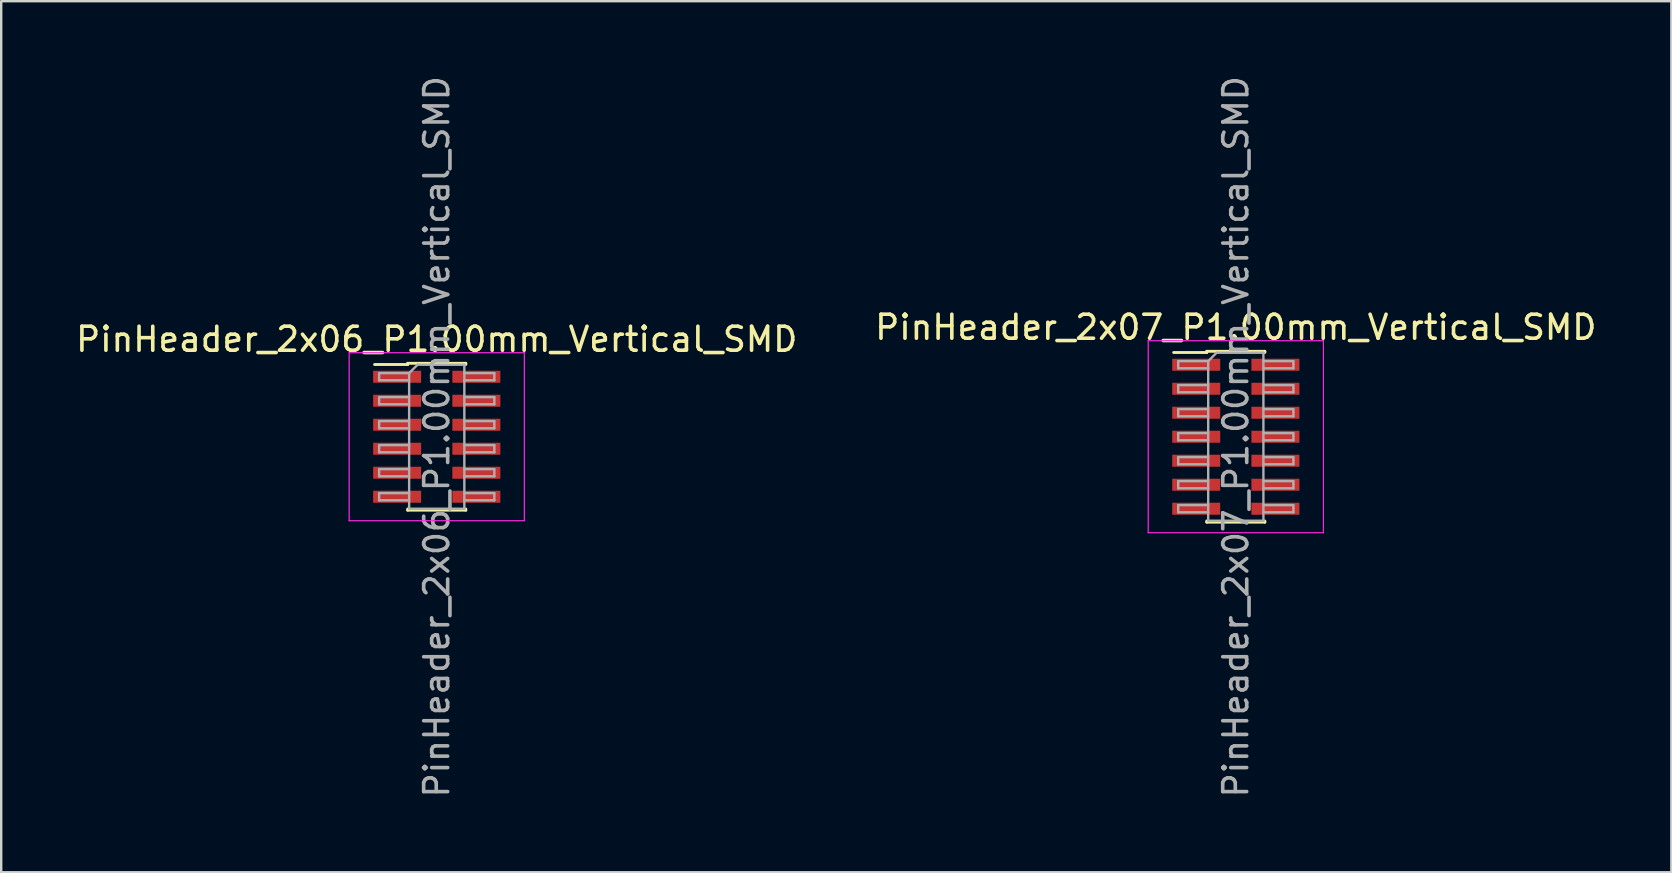
<source format=kicad_pcb>
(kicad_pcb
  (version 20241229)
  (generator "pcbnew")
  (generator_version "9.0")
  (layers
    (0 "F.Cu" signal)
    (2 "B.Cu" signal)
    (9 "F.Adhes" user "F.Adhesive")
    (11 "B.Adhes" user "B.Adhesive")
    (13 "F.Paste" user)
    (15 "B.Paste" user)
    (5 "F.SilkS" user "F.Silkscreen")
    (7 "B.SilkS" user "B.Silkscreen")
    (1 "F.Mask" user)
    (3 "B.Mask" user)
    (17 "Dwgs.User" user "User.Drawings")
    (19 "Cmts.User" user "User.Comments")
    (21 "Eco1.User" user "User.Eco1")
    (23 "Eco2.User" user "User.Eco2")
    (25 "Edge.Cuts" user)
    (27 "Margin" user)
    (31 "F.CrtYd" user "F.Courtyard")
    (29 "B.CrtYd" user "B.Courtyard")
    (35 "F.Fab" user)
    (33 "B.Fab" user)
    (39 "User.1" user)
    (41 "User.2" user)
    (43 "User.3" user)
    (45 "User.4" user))
  (footprint "PinHeader_2x06_P1.00mm_Vertical_SMD"
    (layer "F.Cu")
    (at 15.149 15.149)
    (property "Reference" "PinHeader_2x06_P1.00mm_Vertical_SMD" (at 0 -4.06 0) (layer "F.SilkS") (effects (font (size 1 1) (thickness 0.15))))
    (attr smd)
    (fp_line (start -2.59 -3.01) (end -1.21 -3.01) (stroke (width 0.12) (type solid)) (layer "F.SilkS"))
    (fp_line (start -1.21 -3.06) (end -1.21 -3.01) (stroke (width 0.12) (type solid)) (layer "F.SilkS"))
    (fp_line (start -1.21 -3.06) (end 1.21 -3.06) (stroke (width 0.12) (type solid)) (layer "F.SilkS"))
    (fp_line (start -1.21 3.01) (end -1.21 3.06) (stroke (width 0.12) (type solid)) (layer "F.SilkS"))
    (fp_line (start -1.21 3.06) (end 1.21 3.06) (stroke (width 0.12) (type solid)) (layer "F.SilkS"))
    (fp_line (start 1.21 -3.06) (end 1.21 -3.01) (stroke (width 0.12) (type solid)) (layer "F.SilkS"))
    (fp_line (start 1.21 3.01) (end 1.21 3.06) (stroke (width 0.12) (type solid)) (layer "F.SilkS"))
    (fp_line (start -3.65 -3.5) (end -3.65 3.5) (stroke (width 0.05) (type solid)) (layer "F.CrtYd"))
    (fp_line (start -3.65 3.5) (end 3.65 3.5) (stroke (width 0.05) (type solid)) (layer "F.CrtYd"))
    (fp_line (start 3.65 -3.5) (end -3.65 -3.5) (stroke (width 0.05) (type solid)) (layer "F.CrtYd"))
    (fp_line (start 3.65 3.5) (end 3.65 -3.5) (stroke (width 0.05) (type solid)) (layer "F.CrtYd"))
    (fp_line (start -2.4 -2.65) (end -2.4 -2.35) (stroke (width 0.1) (type solid)) (layer "F.Fab"))
    (fp_line (start -2.4 -2.35) (end -1.15 -2.35) (stroke (width 0.1) (type solid)) (layer "F.Fab"))
    (fp_line (start -2.4 -1.65) (end -2.4 -1.35) (stroke (width 0.1) (type solid)) (layer "F.Fab"))
    (fp_line (start -2.4 -1.35) (end -1.15 -1.35) (stroke (width 0.1) (type solid)) (layer "F.Fab"))
    (fp_line (start -2.4 -0.65) (end -2.4 -0.35) (stroke (width 0.1) (type solid)) (layer "F.Fab"))
    (fp_line (start -2.4 -0.35) (end -1.15 -0.35) (stroke (width 0.1) (type solid)) (layer "F.Fab"))
    (fp_line (start -2.4 0.35) (end -2.4 0.65) (stroke (width 0.1) (type solid)) (layer "F.Fab"))
    (fp_line (start -2.4 0.65) (end -1.15 0.65) (stroke (width 0.1) (type solid)) (layer "F.Fab"))
    (fp_line (start -2.4 1.35) (end -2.4 1.65) (stroke (width 0.1) (type solid)) (layer "F.Fab"))
    (fp_line (start -2.4 1.65) (end -1.15 1.65) (stroke (width 0.1) (type solid)) (layer "F.Fab"))
    (fp_line (start -2.4 2.35) (end -2.4 2.65) (stroke (width 0.1) (type solid)) (layer "F.Fab"))
    (fp_line (start -2.4 2.65) (end -1.15 2.65) (stroke (width 0.1) (type solid)) (layer "F.Fab"))
    (fp_line (start -1.15 -2.65) (end -2.4 -2.65) (stroke (width 0.1) (type solid)) (layer "F.Fab"))
    (fp_line (start -1.15 -2.65) (end -0.8 -3) (stroke (width 0.1) (type solid)) (layer "F.Fab"))
    (fp_line (start -1.15 -1.65) (end -2.4 -1.65) (stroke (width 0.1) (type solid)) (layer "F.Fab"))
    (fp_line (start -1.15 -0.65) (end -2.4 -0.65) (stroke (width 0.1) (type solid)) (layer "F.Fab"))
    (fp_line (start -1.15 0.35) (end -2.4 0.35) (stroke (width 0.1) (type solid)) (layer "F.Fab"))
    (fp_line (start -1.15 1.35) (end -2.4 1.35) (stroke (width 0.1) (type solid)) (layer "F.Fab"))
    (fp_line (start -1.15 2.35) (end -2.4 2.35) (stroke (width 0.1) (type solid)) (layer "F.Fab"))
    (fp_line (start -1.15 3) (end -1.15 -2.65) (stroke (width 0.1) (type solid)) (layer "F.Fab"))
    (fp_line (start -0.8 -3) (end 1.15 -3) (stroke (width 0.1) (type solid)) (layer "F.Fab"))
    (fp_line (start 1.15 -3) (end 1.15 3) (stroke (width 0.1) (type solid)) (layer "F.Fab"))
    (fp_line (start 1.15 -2.65) (end 2.4 -2.65) (stroke (width 0.1) (type solid)) (layer "F.Fab"))
    (fp_line (start 1.15 -1.65) (end 2.4 -1.65) (stroke (width 0.1) (type solid)) (layer "F.Fab"))
    (fp_line (start 1.15 -0.65) (end 2.4 -0.65) (stroke (width 0.1) (type solid)) (layer "F.Fab"))
    (fp_line (start 1.15 0.35) (end 2.4 0.35) (stroke (width 0.1) (type solid)) (layer "F.Fab"))
    (fp_line (start 1.15 1.35) (end 2.4 1.35) (stroke (width 0.1) (type solid)) (layer "F.Fab"))
    (fp_line (start 1.15 2.35) (end 2.4 2.35) (stroke (width 0.1) (type solid)) (layer "F.Fab"))
    (fp_line (start 1.15 3) (end -1.15 3) (stroke (width 0.1) (type solid)) (layer "F.Fab"))
    (fp_line (start 2.4 -2.65) (end 2.4 -2.35) (stroke (width 0.1) (type solid)) (layer "F.Fab"))
    (fp_line (start 2.4 -2.35) (end 1.15 -2.35) (stroke (width 0.1) (type solid)) (layer "F.Fab"))
    (fp_line (start 2.4 -1.65) (end 2.4 -1.35) (stroke (width 0.1) (type solid)) (layer "F.Fab"))
    (fp_line (start 2.4 -1.35) (end 1.15 -1.35) (stroke (width 0.1) (type solid)) (layer "F.Fab"))
    (fp_line (start 2.4 -0.65) (end 2.4 -0.35) (stroke (width 0.1) (type solid)) (layer "F.Fab"))
    (fp_line (start 2.4 -0.35) (end 1.15 -0.35) (stroke (width 0.1) (type solid)) (layer "F.Fab"))
    (fp_line (start 2.4 0.35) (end 2.4 0.65) (stroke (width 0.1) (type solid)) (layer "F.Fab"))
    (fp_line (start 2.4 0.65) (end 1.15 0.65) (stroke (width 0.1) (type solid)) (layer "F.Fab"))
    (fp_line (start 2.4 1.35) (end 2.4 1.65) (stroke (width 0.1) (type solid)) (layer "F.Fab"))
    (fp_line (start 2.4 1.65) (end 1.15 1.65) (stroke (width 0.1) (type solid)) (layer "F.Fab"))
    (fp_line (start 2.4 2.35) (end 2.4 2.65) (stroke (width 0.1) (type solid)) (layer "F.Fab"))
    (fp_line (start 2.4 2.65) (end 1.15 2.65) (stroke (width 0.1) (type solid)) (layer "F.Fab"))
    (fp_text user "${REFERENCE}" (at 0 0 90) (layer "F.Fab") (effects (font (size 1 1) (thickness 0.15))))
    (pad "1" smd rect (at -1.65 -2.5) (size 2 0.5) (layers "F.Cu" "F.Mask" "F.Paste"))
    (pad "2" smd rect (at 1.65 -2.5) (size 2 0.5) (layers "F.Cu" "F.Mask" "F.Paste"))
    (pad "3" smd rect (at -1.65 -1.5) (size 2 0.5) (layers "F.Cu" "F.Mask" "F.Paste"))
    (pad "4" smd rect (at 1.65 -1.5) (size 2 0.5) (layers "F.Cu" "F.Mask" "F.Paste"))
    (pad "5" smd rect (at -1.65 -0.5) (size 2 0.5) (layers "F.Cu" "F.Mask" "F.Paste"))
    (pad "6" smd rect (at 1.65 -0.5) (size 2 0.5) (layers "F.Cu" "F.Mask" "F.Paste"))
    (pad "7" smd rect (at -1.65 0.5) (size 2 0.5) (layers "F.Cu" "F.Mask" "F.Paste"))
    (pad "8" smd rect (at 1.65 0.5) (size 2 0.5) (layers "F.Cu" "F.Mask" "F.Paste"))
    (pad "9" smd rect (at -1.65 1.5) (size 2 0.5) (layers "F.Cu" "F.Mask" "F.Paste"))
    (pad "10" smd rect (at 1.65 1.5) (size 2 0.5) (layers "F.Cu" "F.Mask" "F.Paste"))
    (pad "11" smd rect (at -1.65 2.5) (size 2 0.5) (layers "F.Cu" "F.Mask" "F.Paste"))
    (pad "12" smd rect (at 1.65 2.5) (size 2 0.5) (layers "F.Cu" "F.Mask" "F.Paste")))
  (footprint "PinHeader_2x07_P1.00mm_Vertical_SMD"
    (layer "F.Cu")
    (at 48.446 15.149)
    (property "Reference" "PinHeader_2x07_P1.00mm_Vertical_SMD" (at 0 -4.56 0) (layer "F.SilkS") (effects (font (size 1 1) (thickness 0.15))))
    (attr smd)
    (fp_line (start -2.59 -3.51) (end -1.21 -3.51) (stroke (width 0.12) (type solid)) (layer "F.SilkS"))
    (fp_line (start -1.21 -3.56) (end -1.21 -3.51) (stroke (width 0.12) (type solid)) (layer "F.SilkS"))
    (fp_line (start -1.21 -3.56) (end 1.21 -3.56) (stroke (width 0.12) (type solid)) (layer "F.SilkS"))
    (fp_line (start -1.21 3.51) (end -1.21 3.56) (stroke (width 0.12) (type solid)) (layer "F.SilkS"))
    (fp_line (start -1.21 3.56) (end 1.21 3.56) (stroke (width 0.12) (type solid)) (layer "F.SilkS"))
    (fp_line (start 1.21 -3.56) (end 1.21 -3.51) (stroke (width 0.12) (type solid)) (layer "F.SilkS"))
    (fp_line (start 1.21 3.51) (end 1.21 3.56) (stroke (width 0.12) (type solid)) (layer "F.SilkS"))
    (fp_line (start -3.65 -4) (end -3.65 4) (stroke (width 0.05) (type solid)) (layer "F.CrtYd"))
    (fp_line (start -3.65 4) (end 3.65 4) (stroke (width 0.05) (type solid)) (layer "F.CrtYd"))
    (fp_line (start 3.65 -4) (end -3.65 -4) (stroke (width 0.05) (type solid)) (layer "F.CrtYd"))
    (fp_line (start 3.65 4) (end 3.65 -4) (stroke (width 0.05) (type solid)) (layer "F.CrtYd"))
    (fp_line (start -2.4 -3.15) (end -2.4 -2.85) (stroke (width 0.1) (type solid)) (layer "F.Fab"))
    (fp_line (start -2.4 -2.85) (end -1.15 -2.85) (stroke (width 0.1) (type solid)) (layer "F.Fab"))
    (fp_line (start -2.4 -2.15) (end -2.4 -1.85) (stroke (width 0.1) (type solid)) (layer "F.Fab"))
    (fp_line (start -2.4 -1.85) (end -1.15 -1.85) (stroke (width 0.1) (type solid)) (layer "F.Fab"))
    (fp_line (start -2.4 -1.15) (end -2.4 -0.85) (stroke (width 0.1) (type solid)) (layer "F.Fab"))
    (fp_line (start -2.4 -0.85) (end -1.15 -0.85) (stroke (width 0.1) (type solid)) (layer "F.Fab"))
    (fp_line (start -2.4 -0.15) (end -2.4 0.15) (stroke (width 0.1) (type solid)) (layer "F.Fab"))
    (fp_line (start -2.4 0.15) (end -1.15 0.15) (stroke (width 0.1) (type solid)) (layer "F.Fab"))
    (fp_line (start -2.4 0.85) (end -2.4 1.15) (stroke (width 0.1) (type solid)) (layer "F.Fab"))
    (fp_line (start -2.4 1.15) (end -1.15 1.15) (stroke (width 0.1) (type solid)) (layer "F.Fab"))
    (fp_line (start -2.4 1.85) (end -2.4 2.15) (stroke (width 0.1) (type solid)) (layer "F.Fab"))
    (fp_line (start -2.4 2.15) (end -1.15 2.15) (stroke (width 0.1) (type solid)) (layer "F.Fab"))
    (fp_line (start -2.4 2.85) (end -2.4 3.15) (stroke (width 0.1) (type solid)) (layer "F.Fab"))
    (fp_line (start -2.4 3.15) (end -1.15 3.15) (stroke (width 0.1) (type solid)) (layer "F.Fab"))
    (fp_line (start -1.15 -3.15) (end -2.4 -3.15) (stroke (width 0.1) (type solid)) (layer "F.Fab"))
    (fp_line (start -1.15 -3.15) (end -0.8 -3.5) (stroke (width 0.1) (type solid)) (layer "F.Fab"))
    (fp_line (start -1.15 -2.15) (end -2.4 -2.15) (stroke (width 0.1) (type solid)) (layer "F.Fab"))
    (fp_line (start -1.15 -1.15) (end -2.4 -1.15) (stroke (width 0.1) (type solid)) (layer "F.Fab"))
    (fp_line (start -1.15 -0.15) (end -2.4 -0.15) (stroke (width 0.1) (type solid)) (layer "F.Fab"))
    (fp_line (start -1.15 0.85) (end -2.4 0.85) (stroke (width 0.1) (type solid)) (layer "F.Fab"))
    (fp_line (start -1.15 1.85) (end -2.4 1.85) (stroke (width 0.1) (type solid)) (layer "F.Fab"))
    (fp_line (start -1.15 2.85) (end -2.4 2.85) (stroke (width 0.1) (type solid)) (layer "F.Fab"))
    (fp_line (start -1.15 3.5) (end -1.15 -3.15) (stroke (width 0.1) (type solid)) (layer "F.Fab"))
    (fp_line (start -0.8 -3.5) (end 1.15 -3.5) (stroke (width 0.1) (type solid)) (layer "F.Fab"))
    (fp_line (start 1.15 -3.5) (end 1.15 3.5) (stroke (width 0.1) (type solid)) (layer "F.Fab"))
    (fp_line (start 1.15 -3.15) (end 2.4 -3.15) (stroke (width 0.1) (type solid)) (layer "F.Fab"))
    (fp_line (start 1.15 -2.15) (end 2.4 -2.15) (stroke (width 0.1) (type solid)) (layer "F.Fab"))
    (fp_line (start 1.15 -1.15) (end 2.4 -1.15) (stroke (width 0.1) (type solid)) (layer "F.Fab"))
    (fp_line (start 1.15 -0.15) (end 2.4 -0.15) (stroke (width 0.1) (type solid)) (layer "F.Fab"))
    (fp_line (start 1.15 0.85) (end 2.4 0.85) (stroke (width 0.1) (type solid)) (layer "F.Fab"))
    (fp_line (start 1.15 1.85) (end 2.4 1.85) (stroke (width 0.1) (type solid)) (layer "F.Fab"))
    (fp_line (start 1.15 2.85) (end 2.4 2.85) (stroke (width 0.1) (type solid)) (layer "F.Fab"))
    (fp_line (start 1.15 3.5) (end -1.15 3.5) (stroke (width 0.1) (type solid)) (layer "F.Fab"))
    (fp_line (start 2.4 -3.15) (end 2.4 -2.85) (stroke (width 0.1) (type solid)) (layer "F.Fab"))
    (fp_line (start 2.4 -2.85) (end 1.15 -2.85) (stroke (width 0.1) (type solid)) (layer "F.Fab"))
    (fp_line (start 2.4 -2.15) (end 2.4 -1.85) (stroke (width 0.1) (type solid)) (layer "F.Fab"))
    (fp_line (start 2.4 -1.85) (end 1.15 -1.85) (stroke (width 0.1) (type solid)) (layer "F.Fab"))
    (fp_line (start 2.4 -1.15) (end 2.4 -0.85) (stroke (width 0.1) (type solid)) (layer "F.Fab"))
    (fp_line (start 2.4 -0.85) (end 1.15 -0.85) (stroke (width 0.1) (type solid)) (layer "F.Fab"))
    (fp_line (start 2.4 -0.15) (end 2.4 0.15) (stroke (width 0.1) (type solid)) (layer "F.Fab"))
    (fp_line (start 2.4 0.15) (end 1.15 0.15) (stroke (width 0.1) (type solid)) (layer "F.Fab"))
    (fp_line (start 2.4 0.85) (end 2.4 1.15) (stroke (width 0.1) (type solid)) (layer "F.Fab"))
    (fp_line (start 2.4 1.15) (end 1.15 1.15) (stroke (width 0.1) (type solid)) (layer "F.Fab"))
    (fp_line (start 2.4 1.85) (end 2.4 2.15) (stroke (width 0.1) (type solid)) (layer "F.Fab"))
    (fp_line (start 2.4 2.15) (end 1.15 2.15) (stroke (width 0.1) (type solid)) (layer "F.Fab"))
    (fp_line (start 2.4 2.85) (end 2.4 3.15) (stroke (width 0.1) (type solid)) (layer "F.Fab"))
    (fp_line (start 2.4 3.15) (end 1.15 3.15) (stroke (width 0.1) (type solid)) (layer "F.Fab"))
    (fp_text user "${REFERENCE}" (at 0 0 90) (layer "F.Fab") (effects (font (size 1 1) (thickness 0.15))))
    (pad "1" smd rect (at -1.65 -3) (size 2 0.5) (layers "F.Cu" "F.Mask" "F.Paste"))
    (pad "2" smd rect (at 1.65 -3) (size 2 0.5) (layers "F.Cu" "F.Mask" "F.Paste"))
    (pad "3" smd rect (at -1.65 -2) (size 2 0.5) (layers "F.Cu" "F.Mask" "F.Paste"))
    (pad "4" smd rect (at 1.65 -2) (size 2 0.5) (layers "F.Cu" "F.Mask" "F.Paste"))
    (pad "5" smd rect (at -1.65 -1) (size 2 0.5) (layers "F.Cu" "F.Mask" "F.Paste"))
    (pad "6" smd rect (at 1.65 -1) (size 2 0.5) (layers "F.Cu" "F.Mask" "F.Paste"))
    (pad "7" smd rect (at -1.65 0) (size 2 0.5) (layers "F.Cu" "F.Mask" "F.Paste"))
    (pad "8" smd rect (at 1.65 0) (size 2 0.5) (layers "F.Cu" "F.Mask" "F.Paste"))
    (pad "9" smd rect (at -1.65 1) (size 2 0.5) (layers "F.Cu" "F.Mask" "F.Paste"))
    (pad "10" smd rect (at 1.65 1) (size 2 0.5) (layers "F.Cu" "F.Mask" "F.Paste"))
    (pad "11" smd rect (at -1.65 2) (size 2 0.5) (layers "F.Cu" "F.Mask" "F.Paste"))
    (pad "12" smd rect (at 1.65 2) (size 2 0.5) (layers "F.Cu" "F.Mask" "F.Paste"))
    (pad "13" smd rect (at -1.65 3) (size 2 0.5) (layers "F.Cu" "F.Mask" "F.Paste"))
    (pad "14" smd rect (at 1.65 3) (size 2 0.5) (layers "F.Cu" "F.Mask" "F.Paste")))
  (gr_rect
    (start -3 -3)
    (end 66.595 33.298)
    (stroke (width 0.1) (type default))
    (fill no)
    (layer "Edge.Cuts")))
</source>
